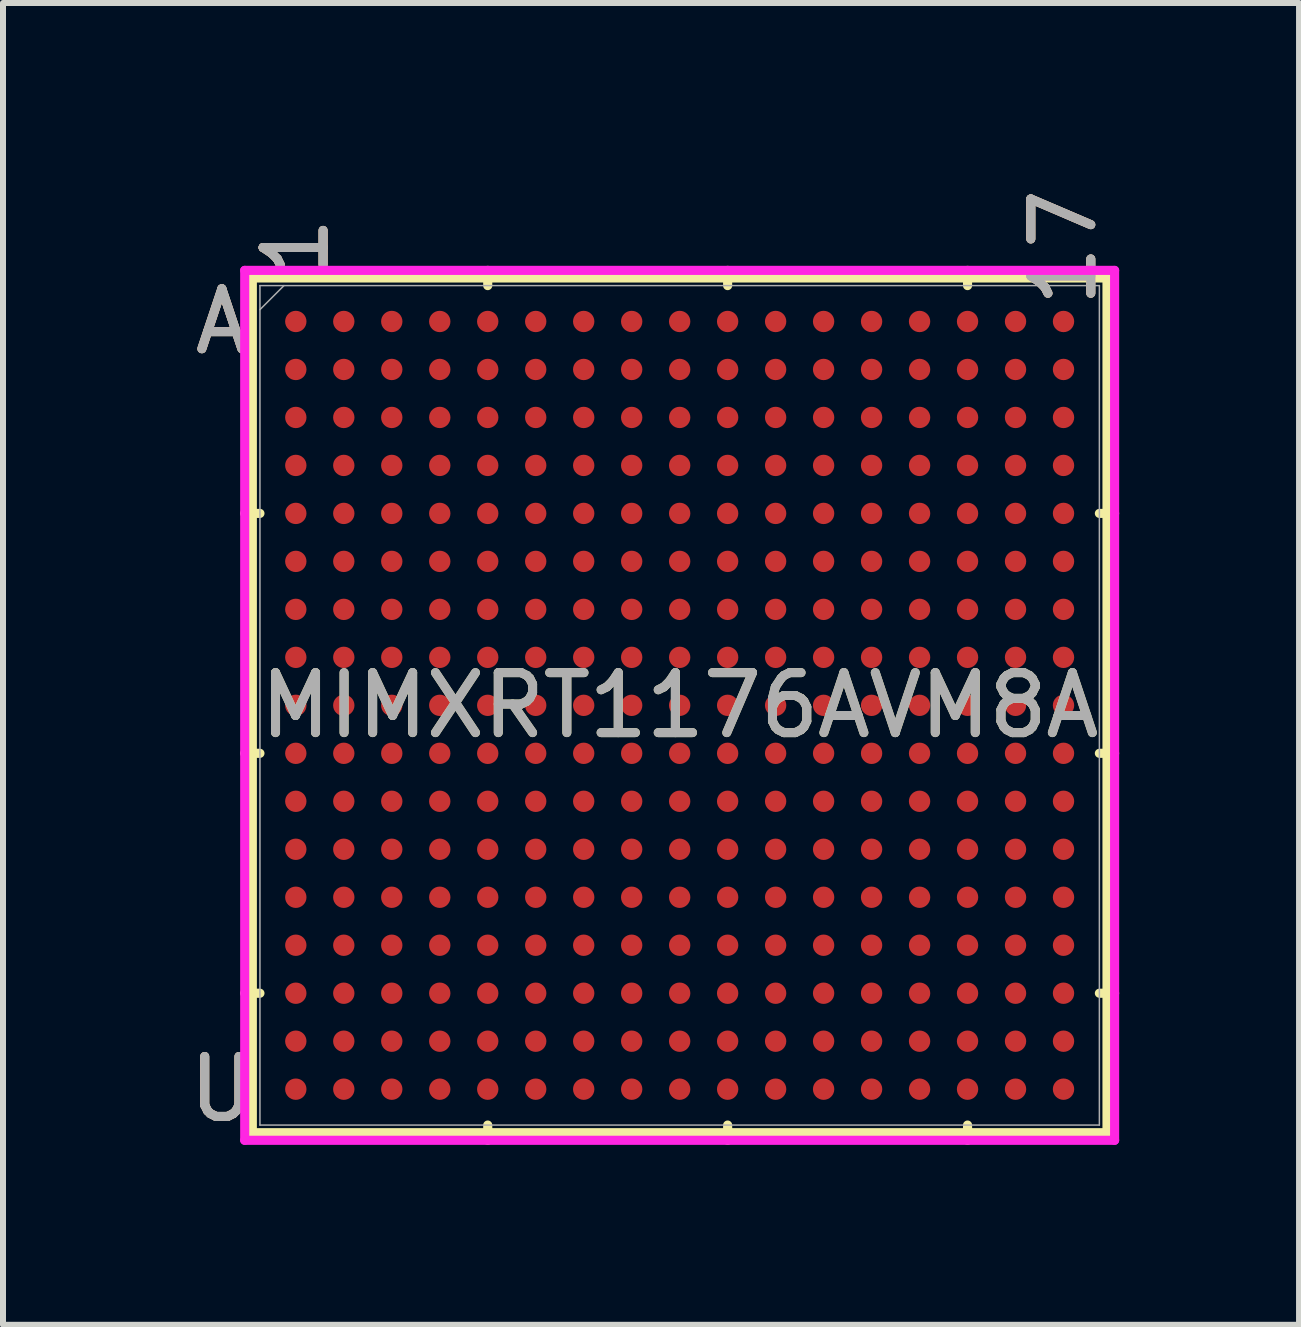
<source format=kicad_pcb>
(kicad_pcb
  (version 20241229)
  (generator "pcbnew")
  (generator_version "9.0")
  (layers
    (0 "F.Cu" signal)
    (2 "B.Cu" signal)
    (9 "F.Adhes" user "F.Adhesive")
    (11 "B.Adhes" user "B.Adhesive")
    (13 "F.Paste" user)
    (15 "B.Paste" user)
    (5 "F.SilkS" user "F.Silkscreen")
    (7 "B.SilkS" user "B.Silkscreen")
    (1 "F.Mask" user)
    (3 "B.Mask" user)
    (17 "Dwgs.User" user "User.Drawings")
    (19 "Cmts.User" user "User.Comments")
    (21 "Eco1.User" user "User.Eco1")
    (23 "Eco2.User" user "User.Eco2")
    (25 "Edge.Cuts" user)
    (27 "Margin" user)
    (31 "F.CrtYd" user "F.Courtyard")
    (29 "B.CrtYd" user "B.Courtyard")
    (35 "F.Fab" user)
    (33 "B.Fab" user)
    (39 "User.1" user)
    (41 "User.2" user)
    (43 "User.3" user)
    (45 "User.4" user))
  (footprint "MIMXRT1176AVM8A"
    (layer "F.Cu")
    (at 8.282 8.71)
    (property "Reference" "MIMXRT1176AVM8A" (at 0 0 0) (unlocked yes) (layer "F.SilkS") (effects (font (size 1 1) (thickness 0.15))))
    (attr smd)
    (fp_line (start -7.125 -7.125) (end -7.125 7.125) (stroke (width 0.152) (type solid)) (layer "F.SilkS"))
    (fp_line (start -7.125 7.125) (end 7.125 7.125) (stroke (width 0.152) (type solid)) (layer "F.SilkS"))
    (fp_line (start -6.998 -3.2) (end -7.252 -3.2) (stroke (width 0.152) (type solid)) (layer "F.SilkS"))
    (fp_line (start -6.998 0.8) (end -7.252 0.8) (stroke (width 0.152) (type solid)) (layer "F.SilkS"))
    (fp_line (start -6.998 4.8) (end -7.252 4.8) (stroke (width 0.152) (type solid)) (layer "F.SilkS"))
    (fp_line (start -3.2 -6.998) (end -3.2 -7.252) (stroke (width 0.152) (type solid)) (layer "F.SilkS"))
    (fp_line (start -3.2 6.998) (end -3.2 7.252) (stroke (width 0.152) (type solid)) (layer "F.SilkS"))
    (fp_line (start 0.8 -6.998) (end 0.8 -7.252) (stroke (width 0.152) (type solid)) (layer "F.SilkS"))
    (fp_line (start 0.8 6.998) (end 0.8 7.252) (stroke (width 0.152) (type solid)) (layer "F.SilkS"))
    (fp_line (start 4.8 -6.998) (end 4.8 -7.252) (stroke (width 0.152) (type solid)) (layer "F.SilkS"))
    (fp_line (start 4.8 6.998) (end 4.8 7.252) (stroke (width 0.152) (type solid)) (layer "F.SilkS"))
    (fp_line (start 6.998 -3.2) (end 7.252 -3.2) (stroke (width 0.152) (type solid)) (layer "F.SilkS"))
    (fp_line (start 6.998 0.8) (end 7.252 0.8) (stroke (width 0.152) (type solid)) (layer "F.SilkS"))
    (fp_line (start 6.998 4.8) (end 7.252 4.8) (stroke (width 0.152) (type solid)) (layer "F.SilkS"))
    (fp_line (start 7.125 -7.125) (end -7.125 -7.125) (stroke (width 0.152) (type solid)) (layer "F.SilkS"))
    (fp_line (start 7.125 7.125) (end 7.125 -7.125) (stroke (width 0.152) (type solid)) (layer "F.SilkS"))
    (fp_poly (pts (xy -7.245 -7.245) (xy 7.245 -7.245) (xy 7.245 7.245) (xy -7.245 7.245)) (stroke (width 0.1) (type solid)) (fill no) (layer "Eco2.User"))
    (fp_line (start -7.252 -7.252) (end 7.252 -7.252) (stroke (width 0.152) (type solid)) (layer "F.CrtYd"))
    (fp_line (start -7.252 7.252) (end -7.252 -7.252) (stroke (width 0.152) (type solid)) (layer "F.CrtYd"))
    (fp_line (start 7.252 -7.252) (end 7.252 7.252) (stroke (width 0.152) (type solid)) (layer "F.CrtYd"))
    (fp_line (start 7.252 7.252) (end -7.252 7.252) (stroke (width 0.152) (type solid)) (layer "F.CrtYd"))
    (fp_line (start -6.998 -6.998) (end -6.998 6.998) (stroke (width 0.025) (type solid)) (layer "F.Fab"))
    (fp_line (start -6.998 6.998) (end 6.998 6.998) (stroke (width 0.025) (type solid)) (layer "F.Fab"))
    (fp_line (start -6.598 -6.998) (end -6.998 -6.598) (stroke (width 0.025) (type solid)) (layer "F.Fab"))
    (fp_line (start 6.998 -6.998) (end -6.998 -6.998) (stroke (width 0.025) (type solid)) (layer "F.Fab"))
    (fp_line (start 6.998 6.998) (end 6.998 -6.998) (stroke (width 0.025) (type solid)) (layer "F.Fab"))
    (fp_text user "U" (at -7.633 6.4 0) (unlocked yes) (layer "F.SilkS") (effects (font (size 1 1) (thickness 0.15))))
    (fp_text user "1" (at -6.4 -7.633 90) (unlocked yes) (layer "F.SilkS") (effects (font (size 1 1) (thickness 0.15))))
    (fp_text user "17" (at 6.4 -7.633 90) (unlocked yes) (layer "F.SilkS") (effects (font (size 1 1) (thickness 0.15))))
    (fp_text user "A" (at -7.633 -6.4 0) (unlocked yes) (layer "F.SilkS") (effects (font (size 1 1) (thickness 0.15))))
    (fp_text user "1" (at -6.4 -7.633 90) (unlocked yes) (layer "B.SilkS") (effects (font (size 1 1) (thickness 0.15))))
    (fp_text user "17" (at 6.4 -7.633 90) (unlocked yes) (layer "B.SilkS") (effects (font (size 1 1) (thickness 0.15))))
    (fp_text user "A" (at -7.633 -6.4 0) (unlocked yes) (layer "B.SilkS") (effects (font (size 1 1) (thickness 0.15))))
    (fp_text user "U" (at -7.633 6.4 0) (unlocked yes) (layer "B.SilkS") (effects (font (size 1 1) (thickness 0.15))))
    (fp_text user "1" (at -6.4 -7.633 90) (unlocked yes) (layer "F.Fab") (effects (font (size 1 1) (thickness 0.15))))
    (fp_text user "U" (at -7.633 6.4 0) (unlocked yes) (layer "F.Fab") (effects (font (size 1 1) (thickness 0.15))))
    (fp_text user "17" (at 6.4 -7.633 90) (unlocked yes) (layer "F.Fab") (effects (font (size 1 1) (thickness 0.15))))
    (fp_text user "A" (at -7.633 -6.4 0) (unlocked yes) (layer "F.Fab") (effects (font (size 1 1) (thickness 0.15))))
    (fp_text user "${REFERENCE}" (at 0 0 0) (unlocked yes) (layer "F.Fab") (effects (font (size 1 1) (thickness 0.15))))
    (pad "A1" smd circle (at -6.4 -6.4) (size 0.356 0.356) (layers "F.Cu" "F.Mask" "F.Paste"))
    (pad "A2" smd circle (at -5.6 -6.4) (size 0.356 0.356) (layers "F.Cu" "F.Mask" "F.Paste"))
    (pad "A3" smd circle (at -4.8 -6.4) (size 0.356 0.356) (layers "F.Cu" "F.Mask" "F.Paste"))
    (pad "A4" smd circle (at -4 -6.4) (size 0.356 0.356) (layers "F.Cu" "F.Mask" "F.Paste"))
    (pad "A5" smd circle (at -3.2 -6.4) (size 0.356 0.356) (layers "F.Cu" "F.Mask" "F.Paste"))
    (pad "A6" smd circle (at -2.4 -6.4) (size 0.356 0.356) (layers "F.Cu" "F.Mask" "F.Paste"))
    (pad "A7" smd circle (at -1.6 -6.4) (size 0.356 0.356) (layers "F.Cu" "F.Mask" "F.Paste"))
    (pad "A8" smd circle (at -0.8 -6.4) (size 0.356 0.356) (layers "F.Cu" "F.Mask" "F.Paste"))
    (pad "A9" smd circle (at 0 -6.4) (size 0.356 0.356) (layers "F.Cu" "F.Mask" "F.Paste"))
    (pad "A10" smd circle (at 0.8 -6.4) (size 0.356 0.356) (layers "F.Cu" "F.Mask" "F.Paste"))
    (pad "A11" smd circle (at 1.6 -6.4) (size 0.356 0.356) (layers "F.Cu" "F.Mask" "F.Paste"))
    (pad "A12" smd circle (at 2.4 -6.4) (size 0.356 0.356) (layers "F.Cu" "F.Mask" "F.Paste"))
    (pad "A13" smd circle (at 3.2 -6.4) (size 0.356 0.356) (layers "F.Cu" "F.Mask" "F.Paste"))
    (pad "A14" smd circle (at 4 -6.4) (size 0.356 0.356) (layers "F.Cu" "F.Mask" "F.Paste"))
    (pad "A15" smd circle (at 4.8 -6.4) (size 0.356 0.356) (layers "F.Cu" "F.Mask" "F.Paste"))
    (pad "A16" smd circle (at 5.6 -6.4) (size 0.356 0.356) (layers "F.Cu" "F.Mask" "F.Paste"))
    (pad "A17" smd circle (at 6.4 -6.4) (size 0.356 0.356) (layers "F.Cu" "F.Mask" "F.Paste"))
    (pad "B1" smd circle (at -6.4 -5.6) (size 0.356 0.356) (layers "F.Cu" "F.Mask" "F.Paste"))
    (pad "B2" smd circle (at -5.6 -5.6) (size 0.356 0.356) (layers "F.Cu" "F.Mask" "F.Paste"))
    (pad "B3" smd circle (at -4.8 -5.6) (size 0.356 0.356) (layers "F.Cu" "F.Mask" "F.Paste"))
    (pad "B4" smd circle (at -4 -5.6) (size 0.356 0.356) (layers "F.Cu" "F.Mask" "F.Paste"))
    (pad "B5" smd circle (at -3.2 -5.6) (size 0.356 0.356) (layers "F.Cu" "F.Mask" "F.Paste"))
    (pad "B6" smd circle (at -2.4 -5.6) (size 0.356 0.356) (layers "F.Cu" "F.Mask" "F.Paste"))
    (pad "B7" smd circle (at -1.6 -5.6) (size 0.356 0.356) (layers "F.Cu" "F.Mask" "F.Paste"))
    (pad "B8" smd circle (at -0.8 -5.6) (size 0.356 0.356) (layers "F.Cu" "F.Mask" "F.Paste"))
    (pad "B9" smd circle (at 0 -5.6) (size 0.356 0.356) (layers "F.Cu" "F.Mask" "F.Paste"))
    (pad "B10" smd circle (at 0.8 -5.6) (size 0.356 0.356) (layers "F.Cu" "F.Mask" "F.Paste"))
    (pad "B11" smd circle (at 1.6 -5.6) (size 0.356 0.356) (layers "F.Cu" "F.Mask" "F.Paste"))
    (pad "B12" smd circle (at 2.4 -5.6) (size 0.356 0.356) (layers "F.Cu" "F.Mask" "F.Paste"))
    (pad "B13" smd circle (at 3.2 -5.6) (size 0.356 0.356) (layers "F.Cu" "F.Mask" "F.Paste"))
    (pad "B14" smd circle (at 4 -5.6) (size 0.356 0.356) (layers "F.Cu" "F.Mask" "F.Paste"))
    (pad "B15" smd circle (at 4.8 -5.6) (size 0.356 0.356) (layers "F.Cu" "F.Mask" "F.Paste"))
    (pad "B16" smd circle (at 5.6 -5.6) (size 0.356 0.356) (layers "F.Cu" "F.Mask" "F.Paste"))
    (pad "B17" smd circle (at 6.4 -5.6) (size 0.356 0.356) (layers "F.Cu" "F.Mask" "F.Paste"))
    (pad "C1" smd circle (at -6.4 -4.8) (size 0.356 0.356) (layers "F.Cu" "F.Mask" "F.Paste"))
    (pad "C2" smd circle (at -5.6 -4.8) (size 0.356 0.356) (layers "F.Cu" "F.Mask" "F.Paste"))
    (pad "C3" smd circle (at -4.8 -4.8) (size 0.356 0.356) (layers "F.Cu" "F.Mask" "F.Paste"))
    (pad "C4" smd circle (at -4 -4.8) (size 0.356 0.356) (layers "F.Cu" "F.Mask" "F.Paste"))
    (pad "C5" smd circle (at -3.2 -4.8) (size 0.356 0.356) (layers "F.Cu" "F.Mask" "F.Paste"))
    (pad "C6" smd circle (at -2.4 -4.8) (size 0.356 0.356) (layers "F.Cu" "F.Mask" "F.Paste"))
    (pad "C7" smd circle (at -1.6 -4.8) (size 0.356 0.356) (layers "F.Cu" "F.Mask" "F.Paste"))
    (pad "C8" smd circle (at -0.8 -4.8) (size 0.356 0.356) (layers "F.Cu" "F.Mask" "F.Paste"))
    (pad "C9" smd circle (at 0 -4.8) (size 0.356 0.356) (layers "F.Cu" "F.Mask" "F.Paste"))
    (pad "C10" smd circle (at 0.8 -4.8) (size 0.356 0.356) (layers "F.Cu" "F.Mask" "F.Paste"))
    (pad "C11" smd circle (at 1.6 -4.8) (size 0.356 0.356) (layers "F.Cu" "F.Mask" "F.Paste"))
    (pad "C12" smd circle (at 2.4 -4.8) (size 0.356 0.356) (layers "F.Cu" "F.Mask" "F.Paste"))
    (pad "C13" smd circle (at 3.2 -4.8) (size 0.356 0.356) (layers "F.Cu" "F.Mask" "F.Paste"))
    (pad "C14" smd circle (at 4 -4.8) (size 0.356 0.356) (layers "F.Cu" "F.Mask" "F.Paste"))
    (pad "C15" smd circle (at 4.8 -4.8) (size 0.356 0.356) (layers "F.Cu" "F.Mask" "F.Paste"))
    (pad "C16" smd circle (at 5.6 -4.8) (size 0.356 0.356) (layers "F.Cu" "F.Mask" "F.Paste"))
    (pad "C17" smd circle (at 6.4 -4.8) (size 0.356 0.356) (layers "F.Cu" "F.Mask" "F.Paste"))
    (pad "D1" smd circle (at -6.4 -4) (size 0.356 0.356) (layers "F.Cu" "F.Mask" "F.Paste"))
    (pad "D2" smd circle (at -5.6 -4) (size 0.356 0.356) (layers "F.Cu" "F.Mask" "F.Paste"))
    (pad "D3" smd circle (at -4.8 -4) (size 0.356 0.356) (layers "F.Cu" "F.Mask" "F.Paste"))
    (pad "D4" smd circle (at -4 -4) (size 0.356 0.356) (layers "F.Cu" "F.Mask" "F.Paste"))
    (pad "D5" smd circle (at -3.2 -4) (size 0.356 0.356) (layers "F.Cu" "F.Mask" "F.Paste"))
    (pad "D6" smd circle (at -2.4 -4) (size 0.356 0.356) (layers "F.Cu" "F.Mask" "F.Paste"))
    (pad "D7" smd circle (at -1.6 -4) (size 0.356 0.356) (layers "F.Cu" "F.Mask" "F.Paste"))
    (pad "D8" smd circle (at -0.8 -4) (size 0.356 0.356) (layers "F.Cu" "F.Mask" "F.Paste"))
    (pad "D9" smd circle (at 0 -4) (size 0.356 0.356) (layers "F.Cu" "F.Mask" "F.Paste"))
    (pad "D10" smd circle (at 0.8 -4) (size 0.356 0.356) (layers "F.Cu" "F.Mask" "F.Paste"))
    (pad "D11" smd circle (at 1.6 -4) (size 0.356 0.356) (layers "F.Cu" "F.Mask" "F.Paste"))
    (pad "D12" smd circle (at 2.4 -4) (size 0.356 0.356) (layers "F.Cu" "F.Mask" "F.Paste"))
    (pad "D13" smd circle (at 3.2 -4) (size 0.356 0.356) (layers "F.Cu" "F.Mask" "F.Paste"))
    (pad "D14" smd circle (at 4 -4) (size 0.356 0.356) (layers "F.Cu" "F.Mask" "F.Paste"))
    (pad "D15" smd circle (at 4.8 -4) (size 0.356 0.356) (layers "F.Cu" "F.Mask" "F.Paste"))
    (pad "D16" smd circle (at 5.6 -4) (size 0.356 0.356) (layers "F.Cu" "F.Mask" "F.Paste"))
    (pad "D17" smd circle (at 6.4 -4) (size 0.356 0.356) (layers "F.Cu" "F.Mask" "F.Paste"))
    (pad "E1" smd circle (at -6.4 -3.2) (size 0.356 0.356) (layers "F.Cu" "F.Mask" "F.Paste"))
    (pad "E2" smd circle (at -5.6 -3.2) (size 0.356 0.356) (layers "F.Cu" "F.Mask" "F.Paste"))
    (pad "E3" smd circle (at -4.8 -3.2) (size 0.356 0.356) (layers "F.Cu" "F.Mask" "F.Paste"))
    (pad "E4" smd circle (at -4 -3.2) (size 0.356 0.356) (layers "F.Cu" "F.Mask" "F.Paste"))
    (pad "E5" smd circle (at -3.2 -3.2) (size 0.356 0.356) (layers "F.Cu" "F.Mask" "F.Paste"))
    (pad "E6" smd circle (at -2.4 -3.2) (size 0.356 0.356) (layers "F.Cu" "F.Mask" "F.Paste"))
    (pad "E7" smd circle (at -1.6 -3.2) (size 0.356 0.356) (layers "F.Cu" "F.Mask" "F.Paste"))
    (pad "E8" smd circle (at -0.8 -3.2) (size 0.356 0.356) (layers "F.Cu" "F.Mask" "F.Paste"))
    (pad "E9" smd circle (at 0 -3.2) (size 0.356 0.356) (layers "F.Cu" "F.Mask" "F.Paste"))
    (pad "E10" smd circle (at 0.8 -3.2) (size 0.356 0.356) (layers "F.Cu" "F.Mask" "F.Paste"))
    (pad "E11" smd circle (at 1.6 -3.2) (size 0.356 0.356) (layers "F.Cu" "F.Mask" "F.Paste"))
    (pad "E12" smd circle (at 2.4 -3.2) (size 0.356 0.356) (layers "F.Cu" "F.Mask" "F.Paste"))
    (pad "E13" smd circle (at 3.2 -3.2) (size 0.356 0.356) (layers "F.Cu" "F.Mask" "F.Paste"))
    (pad "E14" smd circle (at 4 -3.2) (size 0.356 0.356) (layers "F.Cu" "F.Mask" "F.Paste"))
    (pad "E15" smd circle (at 4.8 -3.2) (size 0.356 0.356) (layers "F.Cu" "F.Mask" "F.Paste"))
    (pad "E16" smd circle (at 5.6 -3.2) (size 0.356 0.356) (layers "F.Cu" "F.Mask" "F.Paste"))
    (pad "E17" smd circle (at 6.4 -3.2) (size 0.356 0.356) (layers "F.Cu" "F.Mask" "F.Paste"))
    (pad "F1" smd circle (at -6.4 -2.4) (size 0.356 0.356) (layers "F.Cu" "F.Mask" "F.Paste"))
    (pad "F2" smd circle (at -5.6 -2.4) (size 0.356 0.356) (layers "F.Cu" "F.Mask" "F.Paste"))
    (pad "F3" smd circle (at -4.8 -2.4) (size 0.356 0.356) (layers "F.Cu" "F.Mask" "F.Paste"))
    (pad "F4" smd circle (at -4 -2.4) (size 0.356 0.356) (layers "F.Cu" "F.Mask" "F.Paste"))
    (pad "F5" smd circle (at -3.2 -2.4) (size 0.356 0.356) (layers "F.Cu" "F.Mask" "F.Paste"))
    (pad "F6" smd circle (at -2.4 -2.4) (size 0.356 0.356) (layers "F.Cu" "F.Mask" "F.Paste"))
    (pad "F7" smd circle (at -1.6 -2.4) (size 0.356 0.356) (layers "F.Cu" "F.Mask" "F.Paste"))
    (pad "F8" smd circle (at -0.8 -2.4) (size 0.356 0.356) (layers "F.Cu" "F.Mask" "F.Paste"))
    (pad "F9" smd circle (at 0 -2.4) (size 0.356 0.356) (layers "F.Cu" "F.Mask" "F.Paste"))
    (pad "F10" smd circle (at 0.8 -2.4) (size 0.356 0.356) (layers "F.Cu" "F.Mask" "F.Paste"))
    (pad "F11" smd circle (at 1.6 -2.4) (size 0.356 0.356) (layers "F.Cu" "F.Mask" "F.Paste"))
    (pad "F12" smd circle (at 2.4 -2.4) (size 0.356 0.356) (layers "F.Cu" "F.Mask" "F.Paste"))
    (pad "F13" smd circle (at 3.2 -2.4) (size 0.356 0.356) (layers "F.Cu" "F.Mask" "F.Paste"))
    (pad "F14" smd circle (at 4 -2.4) (size 0.356 0.356) (layers "F.Cu" "F.Mask" "F.Paste"))
    (pad "F15" smd circle (at 4.8 -2.4) (size 0.356 0.356) (layers "F.Cu" "F.Mask" "F.Paste"))
    (pad "F16" smd circle (at 5.6 -2.4) (size 0.356 0.356) (layers "F.Cu" "F.Mask" "F.Paste"))
    (pad "F17" smd circle (at 6.4 -2.4) (size 0.356 0.356) (layers "F.Cu" "F.Mask" "F.Paste"))
    (pad "G1" smd circle (at -6.4 -1.6) (size 0.356 0.356) (layers "F.Cu" "F.Mask" "F.Paste"))
    (pad "G2" smd circle (at -5.6 -1.6) (size 0.356 0.356) (layers "F.Cu" "F.Mask" "F.Paste"))
    (pad "G3" smd circle (at -4.8 -1.6) (size 0.356 0.356) (layers "F.Cu" "F.Mask" "F.Paste"))
    (pad "G4" smd circle (at -4 -1.6) (size 0.356 0.356) (layers "F.Cu" "F.Mask" "F.Paste"))
    (pad "G5" smd circle (at -3.2 -1.6) (size 0.356 0.356) (layers "F.Cu" "F.Mask" "F.Paste"))
    (pad "G6" smd circle (at -2.4 -1.6) (size 0.356 0.356) (layers "F.Cu" "F.Mask" "F.Paste"))
    (pad "G7" smd circle (at -1.6 -1.6) (size 0.356 0.356) (layers "F.Cu" "F.Mask" "F.Paste"))
    (pad "G8" smd circle (at -0.8 -1.6) (size 0.356 0.356) (layers "F.Cu" "F.Mask" "F.Paste"))
    (pad "G9" smd circle (at 0 -1.6) (size 0.356 0.356) (layers "F.Cu" "F.Mask" "F.Paste"))
    (pad "G10" smd circle (at 0.8 -1.6) (size 0.356 0.356) (layers "F.Cu" "F.Mask" "F.Paste"))
    (pad "G11" smd circle (at 1.6 -1.6) (size 0.356 0.356) (layers "F.Cu" "F.Mask" "F.Paste"))
    (pad "G12" smd circle (at 2.4 -1.6) (size 0.356 0.356) (layers "F.Cu" "F.Mask" "F.Paste"))
    (pad "G13" smd circle (at 3.2 -1.6) (size 0.356 0.356) (layers "F.Cu" "F.Mask" "F.Paste"))
    (pad "G14" smd circle (at 4 -1.6) (size 0.356 0.356) (layers "F.Cu" "F.Mask" "F.Paste"))
    (pad "G15" smd circle (at 4.8 -1.6) (size 0.356 0.356) (layers "F.Cu" "F.Mask" "F.Paste"))
    (pad "G16" smd circle (at 5.6 -1.6) (size 0.356 0.356) (layers "F.Cu" "F.Mask" "F.Paste"))
    (pad "G17" smd circle (at 6.4 -1.6) (size 0.356 0.356) (layers "F.Cu" "F.Mask" "F.Paste"))
    (pad "H1" smd circle (at -6.4 -0.8) (size 0.356 0.356) (layers "F.Cu" "F.Mask" "F.Paste"))
    (pad "H2" smd circle (at -5.6 -0.8) (size 0.356 0.356) (layers "F.Cu" "F.Mask" "F.Paste"))
    (pad "H3" smd circle (at -4.8 -0.8) (size 0.356 0.356) (layers "F.Cu" "F.Mask" "F.Paste"))
    (pad "H4" smd circle (at -4 -0.8) (size 0.356 0.356) (layers "F.Cu" "F.Mask" "F.Paste"))
    (pad "H5" smd circle (at -3.2 -0.8) (size 0.356 0.356) (layers "F.Cu" "F.Mask" "F.Paste"))
    (pad "H6" smd circle (at -2.4 -0.8) (size 0.356 0.356) (layers "F.Cu" "F.Mask" "F.Paste"))
    (pad "H7" smd circle (at -1.6 -0.8) (size 0.356 0.356) (layers "F.Cu" "F.Mask" "F.Paste"))
    (pad "H8" smd circle (at -0.8 -0.8) (size 0.356 0.356) (layers "F.Cu" "F.Mask" "F.Paste"))
    (pad "H9" smd circle (at 0 -0.8) (size 0.356 0.356) (layers "F.Cu" "F.Mask" "F.Paste"))
    (pad "H10" smd circle (at 0.8 -0.8) (size 0.356 0.356) (layers "F.Cu" "F.Mask" "F.Paste"))
    (pad "H11" smd circle (at 1.6 -0.8) (size 0.356 0.356) (layers "F.Cu" "F.Mask" "F.Paste"))
    (pad "H12" smd circle (at 2.4 -0.8) (size 0.356 0.356) (layers "F.Cu" "F.Mask" "F.Paste"))
    (pad "H13" smd circle (at 3.2 -0.8) (size 0.356 0.356) (layers "F.Cu" "F.Mask" "F.Paste"))
    (pad "H14" smd circle (at 4 -0.8) (size 0.356 0.356) (layers "F.Cu" "F.Mask" "F.Paste"))
    (pad "H15" smd circle (at 4.8 -0.8) (size 0.356 0.356) (layers "F.Cu" "F.Mask" "F.Paste"))
    (pad "H16" smd circle (at 5.6 -0.8) (size 0.356 0.356) (layers "F.Cu" "F.Mask" "F.Paste"))
    (pad "H17" smd circle (at 6.4 -0.8) (size 0.356 0.356) (layers "F.Cu" "F.Mask" "F.Paste"))
    (pad "J1" smd circle (at -6.4 0) (size 0.356 0.356) (layers "F.Cu" "F.Mask" "F.Paste"))
    (pad "J2" smd circle (at -5.6 0) (size 0.356 0.356) (layers "F.Cu" "F.Mask" "F.Paste"))
    (pad "J3" smd circle (at -4.8 0) (size 0.356 0.356) (layers "F.Cu" "F.Mask" "F.Paste"))
    (pad "J4" smd circle (at -4 0) (size 0.356 0.356) (layers "F.Cu" "F.Mask" "F.Paste"))
    (pad "J5" smd circle (at -3.2 0) (size 0.356 0.356) (layers "F.Cu" "F.Mask" "F.Paste"))
    (pad "J6" smd circle (at -2.4 0) (size 0.356 0.356) (layers "F.Cu" "F.Mask" "F.Paste"))
    (pad "J7" smd circle (at -1.6 0) (size 0.356 0.356) (layers "F.Cu" "F.Mask" "F.Paste"))
    (pad "J8" smd circle (at -0.8 0) (size 0.356 0.356) (layers "F.Cu" "F.Mask" "F.Paste"))
    (pad "J9" smd circle (at 0 0) (size 0.356 0.356) (layers "F.Cu" "F.Mask" "F.Paste"))
    (pad "J10" smd circle (at 0.8 0) (size 0.356 0.356) (layers "F.Cu" "F.Mask" "F.Paste"))
    (pad "J11" smd circle (at 1.6 0) (size 0.356 0.356) (layers "F.Cu" "F.Mask" "F.Paste"))
    (pad "J12" smd circle (at 2.4 0) (size 0.356 0.356) (layers "F.Cu" "F.Mask" "F.Paste"))
    (pad "J13" smd circle (at 3.2 0) (size 0.356 0.356) (layers "F.Cu" "F.Mask" "F.Paste"))
    (pad "J14" smd circle (at 4 0) (size 0.356 0.356) (layers "F.Cu" "F.Mask" "F.Paste"))
    (pad "J15" smd circle (at 4.8 0) (size 0.356 0.356) (layers "F.Cu" "F.Mask" "F.Paste"))
    (pad "J16" smd circle (at 5.6 0) (size 0.356 0.356) (layers "F.Cu" "F.Mask" "F.Paste"))
    (pad "J17" smd circle (at 6.4 0) (size 0.356 0.356) (layers "F.Cu" "F.Mask" "F.Paste"))
    (pad "K1" smd circle (at -6.4 0.8) (size 0.356 0.356) (layers "F.Cu" "F.Mask" "F.Paste"))
    (pad "K2" smd circle (at -5.6 0.8) (size 0.356 0.356) (layers "F.Cu" "F.Mask" "F.Paste"))
    (pad "K3" smd circle (at -4.8 0.8) (size 0.356 0.356) (layers "F.Cu" "F.Mask" "F.Paste"))
    (pad "K4" smd circle (at -4 0.8) (size 0.356 0.356) (layers "F.Cu" "F.Mask" "F.Paste"))
    (pad "K5" smd circle (at -3.2 0.8) (size 0.356 0.356) (layers "F.Cu" "F.Mask" "F.Paste"))
    (pad "K6" smd circle (at -2.4 0.8) (size 0.356 0.356) (layers "F.Cu" "F.Mask" "F.Paste"))
    (pad "K7" smd circle (at -1.6 0.8) (size 0.356 0.356) (layers "F.Cu" "F.Mask" "F.Paste"))
    (pad "K8" smd circle (at -0.8 0.8) (size 0.356 0.356) (layers "F.Cu" "F.Mask" "F.Paste"))
    (pad "K9" smd circle (at 0 0.8) (size 0.356 0.356) (layers "F.Cu" "F.Mask" "F.Paste"))
    (pad "K10" smd circle (at 0.8 0.8) (size 0.356 0.356) (layers "F.Cu" "F.Mask" "F.Paste"))
    (pad "K11" smd circle (at 1.6 0.8) (size 0.356 0.356) (layers "F.Cu" "F.Mask" "F.Paste"))
    (pad "K12" smd circle (at 2.4 0.8) (size 0.356 0.356) (layers "F.Cu" "F.Mask" "F.Paste"))
    (pad "K13" smd circle (at 3.2 0.8) (size 0.356 0.356) (layers "F.Cu" "F.Mask" "F.Paste"))
    (pad "K14" smd circle (at 4 0.8) (size 0.356 0.356) (layers "F.Cu" "F.Mask" "F.Paste"))
    (pad "K15" smd circle (at 4.8 0.8) (size 0.356 0.356) (layers "F.Cu" "F.Mask" "F.Paste"))
    (pad "K16" smd circle (at 5.6 0.8) (size 0.356 0.356) (layers "F.Cu" "F.Mask" "F.Paste"))
    (pad "K17" smd circle (at 6.4 0.8) (size 0.356 0.356) (layers "F.Cu" "F.Mask" "F.Paste"))
    (pad "L1" smd circle (at -6.4 1.6) (size 0.356 0.356) (layers "F.Cu" "F.Mask" "F.Paste"))
    (pad "L2" smd circle (at -5.6 1.6) (size 0.356 0.356) (layers "F.Cu" "F.Mask" "F.Paste"))
    (pad "L3" smd circle (at -4.8 1.6) (size 0.356 0.356) (layers "F.Cu" "F.Mask" "F.Paste"))
    (pad "L4" smd circle (at -4 1.6) (size 0.356 0.356) (layers "F.Cu" "F.Mask" "F.Paste"))
    (pad "L5" smd circle (at -3.2 1.6) (size 0.356 0.356) (layers "F.Cu" "F.Mask" "F.Paste"))
    (pad "L6" smd circle (at -2.4 1.6) (size 0.356 0.356) (layers "F.Cu" "F.Mask" "F.Paste"))
    (pad "L7" smd circle (at -1.6 1.6) (size 0.356 0.356) (layers "F.Cu" "F.Mask" "F.Paste"))
    (pad "L8" smd circle (at -0.8 1.6) (size 0.356 0.356) (layers "F.Cu" "F.Mask" "F.Paste"))
    (pad "L9" smd circle (at 0 1.6) (size 0.356 0.356) (layers "F.Cu" "F.Mask" "F.Paste"))
    (pad "L10" smd circle (at 0.8 1.6) (size 0.356 0.356) (layers "F.Cu" "F.Mask" "F.Paste"))
    (pad "L11" smd circle (at 1.6 1.6) (size 0.356 0.356) (layers "F.Cu" "F.Mask" "F.Paste"))
    (pad "L12" smd circle (at 2.4 1.6) (size 0.356 0.356) (layers "F.Cu" "F.Mask" "F.Paste"))
    (pad "L13" smd circle (at 3.2 1.6) (size 0.356 0.356) (layers "F.Cu" "F.Mask" "F.Paste"))
    (pad "L14" smd circle (at 4 1.6) (size 0.356 0.356) (layers "F.Cu" "F.Mask" "F.Paste"))
    (pad "L15" smd circle (at 4.8 1.6) (size 0.356 0.356) (layers "F.Cu" "F.Mask" "F.Paste"))
    (pad "L16" smd circle (at 5.6 1.6) (size 0.356 0.356) (layers "F.Cu" "F.Mask" "F.Paste"))
    (pad "L17" smd circle (at 6.4 1.6) (size 0.356 0.356) (layers "F.Cu" "F.Mask" "F.Paste"))
    (pad "M1" smd circle (at -6.4 2.4) (size 0.356 0.356) (layers "F.Cu" "F.Mask" "F.Paste"))
    (pad "M2" smd circle (at -5.6 2.4) (size 0.356 0.356) (layers "F.Cu" "F.Mask" "F.Paste"))
    (pad "M3" smd circle (at -4.8 2.4) (size 0.356 0.356) (layers "F.Cu" "F.Mask" "F.Paste"))
    (pad "M4" smd circle (at -4 2.4) (size 0.356 0.356) (layers "F.Cu" "F.Mask" "F.Paste"))
    (pad "M5" smd circle (at -3.2 2.4) (size 0.356 0.356) (layers "F.Cu" "F.Mask" "F.Paste"))
    (pad "M6" smd circle (at -2.4 2.4) (size 0.356 0.356) (layers "F.Cu" "F.Mask" "F.Paste"))
    (pad "M7" smd circle (at -1.6 2.4) (size 0.356 0.356) (layers "F.Cu" "F.Mask" "F.Paste"))
    (pad "M8" smd circle (at -0.8 2.4) (size 0.356 0.356) (layers "F.Cu" "F.Mask" "F.Paste"))
    (pad "M9" smd circle (at 0 2.4) (size 0.356 0.356) (layers "F.Cu" "F.Mask" "F.Paste"))
    (pad "M10" smd circle (at 0.8 2.4) (size 0.356 0.356) (layers "F.Cu" "F.Mask" "F.Paste"))
    (pad "M11" smd circle (at 1.6 2.4) (size 0.356 0.356) (layers "F.Cu" "F.Mask" "F.Paste"))
    (pad "M12" smd circle (at 2.4 2.4) (size 0.356 0.356) (layers "F.Cu" "F.Mask" "F.Paste"))
    (pad "M13" smd circle (at 3.2 2.4) (size 0.356 0.356) (layers "F.Cu" "F.Mask" "F.Paste"))
    (pad "M14" smd circle (at 4 2.4) (size 0.356 0.356) (layers "F.Cu" "F.Mask" "F.Paste"))
    (pad "M15" smd circle (at 4.8 2.4) (size 0.356 0.356) (layers "F.Cu" "F.Mask" "F.Paste"))
    (pad "M16" smd circle (at 5.6 2.4) (size 0.356 0.356) (layers "F.Cu" "F.Mask" "F.Paste"))
    (pad "M17" smd circle (at 6.4 2.4) (size 0.356 0.356) (layers "F.Cu" "F.Mask" "F.Paste"))
    (pad "N1" smd circle (at -6.4 3.2) (size 0.356 0.356) (layers "F.Cu" "F.Mask" "F.Paste"))
    (pad "N2" smd circle (at -5.6 3.2) (size 0.356 0.356) (layers "F.Cu" "F.Mask" "F.Paste"))
    (pad "N3" smd circle (at -4.8 3.2) (size 0.356 0.356) (layers "F.Cu" "F.Mask" "F.Paste"))
    (pad "N4" smd circle (at -4 3.2) (size 0.356 0.356) (layers "F.Cu" "F.Mask" "F.Paste"))
    (pad "N5" smd circle (at -3.2 3.2) (size 0.356 0.356) (layers "F.Cu" "F.Mask" "F.Paste"))
    (pad "N6" smd circle (at -2.4 3.2) (size 0.356 0.356) (layers "F.Cu" "F.Mask" "F.Paste"))
    (pad "N7" smd circle (at -1.6 3.2) (size 0.356 0.356) (layers "F.Cu" "F.Mask" "F.Paste"))
    (pad "N8" smd circle (at -0.8 3.2) (size 0.356 0.356) (layers "F.Cu" "F.Mask" "F.Paste"))
    (pad "N9" smd circle (at 0 3.2) (size 0.356 0.356) (layers "F.Cu" "F.Mask" "F.Paste"))
    (pad "N10" smd circle (at 0.8 3.2) (size 0.356 0.356) (layers "F.Cu" "F.Mask" "F.Paste"))
    (pad "N11" smd circle (at 1.6 3.2) (size 0.356 0.356) (layers "F.Cu" "F.Mask" "F.Paste"))
    (pad "N12" smd circle (at 2.4 3.2) (size 0.356 0.356) (layers "F.Cu" "F.Mask" "F.Paste"))
    (pad "N13" smd circle (at 3.2 3.2) (size 0.356 0.356) (layers "F.Cu" "F.Mask" "F.Paste"))
    (pad "N14" smd circle (at 4 3.2) (size 0.356 0.356) (layers "F.Cu" "F.Mask" "F.Paste"))
    (pad "N15" smd circle (at 4.8 3.2) (size 0.356 0.356) (layers "F.Cu" "F.Mask" "F.Paste"))
    (pad "N16" smd circle (at 5.6 3.2) (size 0.356 0.356) (layers "F.Cu" "F.Mask" "F.Paste"))
    (pad "N17" smd circle (at 6.4 3.2) (size 0.356 0.356) (layers "F.Cu" "F.Mask" "F.Paste"))
    (pad "P1" smd circle (at -6.4 4) (size 0.356 0.356) (layers "F.Cu" "F.Mask" "F.Paste"))
    (pad "P2" smd circle (at -5.6 4) (size 0.356 0.356) (layers "F.Cu" "F.Mask" "F.Paste"))
    (pad "P3" smd circle (at -4.8 4) (size 0.356 0.356) (layers "F.Cu" "F.Mask" "F.Paste"))
    (pad "P4" smd circle (at -4 4) (size 0.356 0.356) (layers "F.Cu" "F.Mask" "F.Paste"))
    (pad "P5" smd circle (at -3.2 4) (size 0.356 0.356) (layers "F.Cu" "F.Mask" "F.Paste"))
    (pad "P6" smd circle (at -2.4 4) (size 0.356 0.356) (layers "F.Cu" "F.Mask" "F.Paste"))
    (pad "P7" smd circle (at -1.6 4) (size 0.356 0.356) (layers "F.Cu" "F.Mask" "F.Paste"))
    (pad "P8" smd circle (at -0.8 4) (size 0.356 0.356) (layers "F.Cu" "F.Mask" "F.Paste"))
    (pad "P9" smd circle (at 0 4) (size 0.356 0.356) (layers "F.Cu" "F.Mask" "F.Paste"))
    (pad "P10" smd circle (at 0.8 4) (size 0.356 0.356) (layers "F.Cu" "F.Mask" "F.Paste"))
    (pad "P11" smd circle (at 1.6 4) (size 0.356 0.356) (layers "F.Cu" "F.Mask" "F.Paste"))
    (pad "P12" smd circle (at 2.4 4) (size 0.356 0.356) (layers "F.Cu" "F.Mask" "F.Paste"))
    (pad "P13" smd circle (at 3.2 4) (size 0.356 0.356) (layers "F.Cu" "F.Mask" "F.Paste"))
    (pad "P14" smd circle (at 4 4) (size 0.356 0.356) (layers "F.Cu" "F.Mask" "F.Paste"))
    (pad "P15" smd circle (at 4.8 4) (size 0.356 0.356) (layers "F.Cu" "F.Mask" "F.Paste"))
    (pad "P16" smd circle (at 5.6 4) (size 0.356 0.356) (layers "F.Cu" "F.Mask" "F.Paste"))
    (pad "P17" smd circle (at 6.4 4) (size 0.356 0.356) (layers "F.Cu" "F.Mask" "F.Paste"))
    (pad "R1" smd circle (at -6.4 4.8) (size 0.356 0.356) (layers "F.Cu" "F.Mask" "F.Paste"))
    (pad "R2" smd circle (at -5.6 4.8) (size 0.356 0.356) (layers "F.Cu" "F.Mask" "F.Paste"))
    (pad "R3" smd circle (at -4.8 4.8) (size 0.356 0.356) (layers "F.Cu" "F.Mask" "F.Paste"))
    (pad "R4" smd circle (at -4 4.8) (size 0.356 0.356) (layers "F.Cu" "F.Mask" "F.Paste"))
    (pad "R5" smd circle (at -3.2 4.8) (size 0.356 0.356) (layers "F.Cu" "F.Mask" "F.Paste"))
    (pad "R6" smd circle (at -2.4 4.8) (size 0.356 0.356) (layers "F.Cu" "F.Mask" "F.Paste"))
    (pad "R7" smd circle (at -1.6 4.8) (size 0.356 0.356) (layers "F.Cu" "F.Mask" "F.Paste"))
    (pad "R8" smd circle (at -0.8 4.8) (size 0.356 0.356) (layers "F.Cu" "F.Mask" "F.Paste"))
    (pad "R9" smd circle (at 0 4.8) (size 0.356 0.356) (layers "F.Cu" "F.Mask" "F.Paste"))
    (pad "R10" smd circle (at 0.8 4.8) (size 0.356 0.356) (layers "F.Cu" "F.Mask" "F.Paste"))
    (pad "R11" smd circle (at 1.6 4.8) (size 0.356 0.356) (layers "F.Cu" "F.Mask" "F.Paste"))
    (pad "R12" smd circle (at 2.4 4.8) (size 0.356 0.356) (layers "F.Cu" "F.Mask" "F.Paste"))
    (pad "R13" smd circle (at 3.2 4.8) (size 0.356 0.356) (layers "F.Cu" "F.Mask" "F.Paste"))
    (pad "R14" smd circle (at 4 4.8) (size 0.356 0.356) (layers "F.Cu" "F.Mask" "F.Paste"))
    (pad "R15" smd circle (at 4.8 4.8) (size 0.356 0.356) (layers "F.Cu" "F.Mask" "F.Paste"))
    (pad "R16" smd circle (at 5.6 4.8) (size 0.356 0.356) (layers "F.Cu" "F.Mask" "F.Paste"))
    (pad "R17" smd circle (at 6.4 4.8) (size 0.356 0.356) (layers "F.Cu" "F.Mask" "F.Paste"))
    (pad "T1" smd circle (at -6.4 5.6) (size 0.356 0.356) (layers "F.Cu" "F.Mask" "F.Paste"))
    (pad "T2" smd circle (at -5.6 5.6) (size 0.356 0.356) (layers "F.Cu" "F.Mask" "F.Paste"))
    (pad "T3" smd circle (at -4.8 5.6) (size 0.356 0.356) (layers "F.Cu" "F.Mask" "F.Paste"))
    (pad "T4" smd circle (at -4 5.6) (size 0.356 0.356) (layers "F.Cu" "F.Mask" "F.Paste"))
    (pad "T5" smd circle (at -3.2 5.6) (size 0.356 0.356) (layers "F.Cu" "F.Mask" "F.Paste"))
    (pad "T6" smd circle (at -2.4 5.6) (size 0.356 0.356) (layers "F.Cu" "F.Mask" "F.Paste"))
    (pad "T7" smd circle (at -1.6 5.6) (size 0.356 0.356) (layers "F.Cu" "F.Mask" "F.Paste"))
    (pad "T8" smd circle (at -0.8 5.6) (size 0.356 0.356) (layers "F.Cu" "F.Mask" "F.Paste"))
    (pad "T9" smd circle (at 0 5.6) (size 0.356 0.356) (layers "F.Cu" "F.Mask" "F.Paste"))
    (pad "T10" smd circle (at 0.8 5.6) (size 0.356 0.356) (layers "F.Cu" "F.Mask" "F.Paste"))
    (pad "T11" smd circle (at 1.6 5.6) (size 0.356 0.356) (layers "F.Cu" "F.Mask" "F.Paste"))
    (pad "T12" smd circle (at 2.4 5.6) (size 0.356 0.356) (layers "F.Cu" "F.Mask" "F.Paste"))
    (pad "T13" smd circle (at 3.2 5.6) (size 0.356 0.356) (layers "F.Cu" "F.Mask" "F.Paste"))
    (pad "T14" smd circle (at 4 5.6) (size 0.356 0.356) (layers "F.Cu" "F.Mask" "F.Paste"))
    (pad "T15" smd circle (at 4.8 5.6) (size 0.356 0.356) (layers "F.Cu" "F.Mask" "F.Paste"))
    (pad "T16" smd circle (at 5.6 5.6) (size 0.356 0.356) (layers "F.Cu" "F.Mask" "F.Paste"))
    (pad "T17" smd circle (at 6.4 5.6) (size 0.356 0.356) (layers "F.Cu" "F.Mask" "F.Paste"))
    (pad "U1" smd circle (at -6.4 6.4) (size 0.356 0.356) (layers "F.Cu" "F.Mask" "F.Paste"))
    (pad "U2" smd circle (at -5.6 6.4) (size 0.356 0.356) (layers "F.Cu" "F.Mask" "F.Paste"))
    (pad "U3" smd circle (at -4.8 6.4) (size 0.356 0.356) (layers "F.Cu" "F.Mask" "F.Paste"))
    (pad "U4" smd circle (at -4 6.4) (size 0.356 0.356) (layers "F.Cu" "F.Mask" "F.Paste"))
    (pad "U5" smd circle (at -3.2 6.4) (size 0.356 0.356) (layers "F.Cu" "F.Mask" "F.Paste"))
    (pad "U6" smd circle (at -2.4 6.4) (size 0.356 0.356) (layers "F.Cu" "F.Mask" "F.Paste"))
    (pad "U7" smd circle (at -1.6 6.4) (size 0.356 0.356) (layers "F.Cu" "F.Mask" "F.Paste"))
    (pad "U8" smd circle (at -0.8 6.4) (size 0.356 0.356) (layers "F.Cu" "F.Mask" "F.Paste"))
    (pad "U9" smd circle (at 0 6.4) (size 0.356 0.356) (layers "F.Cu" "F.Mask" "F.Paste"))
    (pad "U10" smd circle (at 0.8 6.4) (size 0.356 0.356) (layers "F.Cu" "F.Mask" "F.Paste"))
    (pad "U11" smd circle (at 1.6 6.4) (size 0.356 0.356) (layers "F.Cu" "F.Mask" "F.Paste"))
    (pad "U12" smd circle (at 2.4 6.4) (size 0.356 0.356) (layers "F.Cu" "F.Mask" "F.Paste"))
    (pad "U13" smd circle (at 3.2 6.4) (size 0.356 0.356) (layers "F.Cu" "F.Mask" "F.Paste"))
    (pad "U14" smd circle (at 4 6.4) (size 0.356 0.356) (layers "F.Cu" "F.Mask" "F.Paste"))
    (pad "U15" smd circle (at 4.8 6.4) (size 0.356 0.356) (layers "F.Cu" "F.Mask" "F.Paste"))
    (pad "U16" smd circle (at 5.6 6.4) (size 0.356 0.356) (layers "F.Cu" "F.Mask" "F.Paste"))
    (pad "U17" smd circle (at 6.4 6.4) (size 0.356 0.356) (layers "F.Cu" "F.Mask" "F.Paste")))
  (gr_rect
    (start -3 -3)
    (end 18.609 19.038)
    (stroke (width 0.1) (type default))
    (fill no)
    (layer "Edge.Cuts")))
</source>
